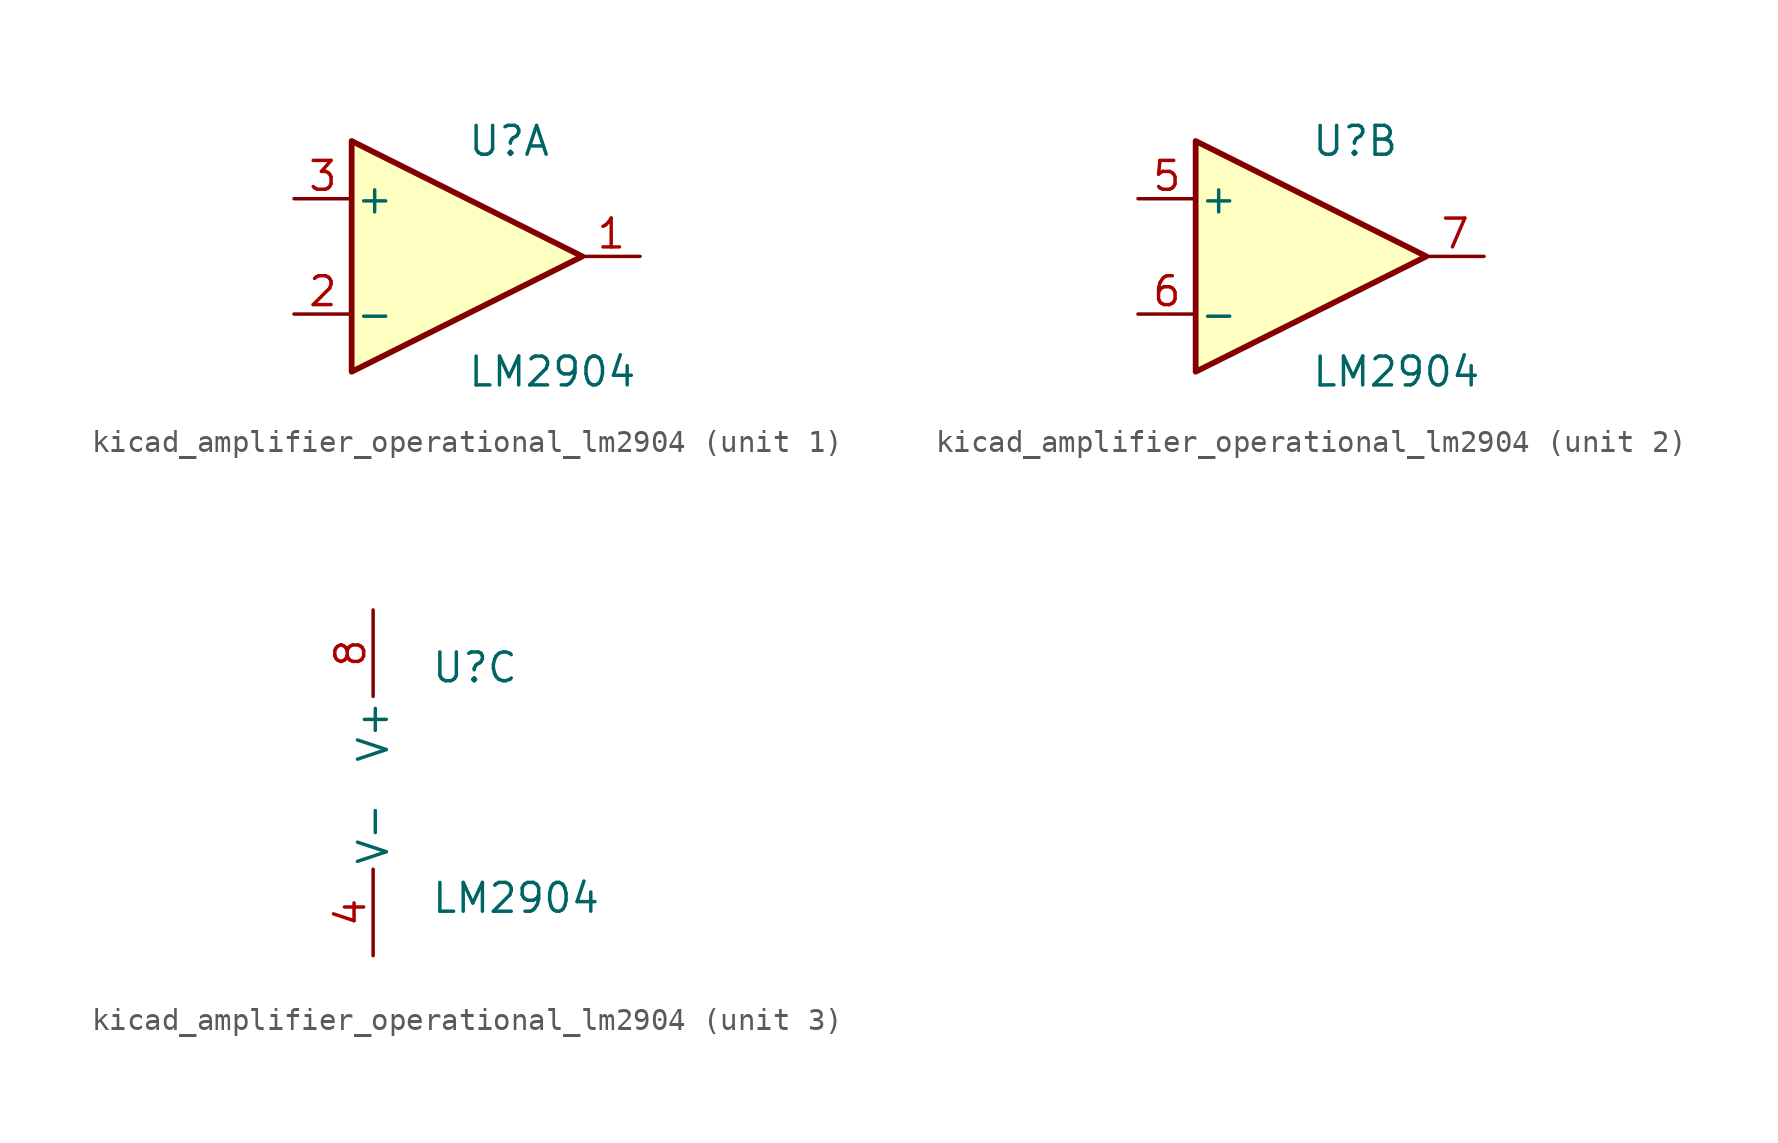
<source format=kicad_sym>
(kicad_symbol_lib
  (version 20220914)
  (generator kicad_symbol_editor)
  (symbol "kicad_amplifier_operational_lm2904"
    (pin_names
      (offset 0.127))
    (property "Reference" "U"
      (at 0 5.08 0)
      (effects (font (size 1.27 1.27)) (justify left)))
    (property "Value" "LM2904"
      (at 0 -5.08 0)
      (effects (font (size 1.27 1.27)) (justify left)))
    (property "ki_locked" ""
      (at 0 0 0)
      (effects (font (size 1.27 1.27))))
    (symbol "kicad_amplifier_operational_lm2904_1_1"
      (polyline (pts (xy -5.08 5.08) (xy 5.08 0) (xy -5.08 -5.08) (xy -5.08 5.08)) (stroke (width 0.254) (type default)) (fill (type background)))
      (pin output line (at 7.62 0 180) (length 2.54) (name "~" (effects (font (size 1.27 1.27)))) (number "1" (effects (font (size 1.27 1.27)))))
      (pin input line (at -7.62 -2.54 0) (length 2.54) (name "-" (effects (font (size 1.27 1.27)))) (number "2" (effects (font (size 1.27 1.27)))))
      (pin input line (at -7.62 2.54 0) (length 2.54) (name "+" (effects (font (size 1.27 1.27)))) (number "3" (effects (font (size 1.27 1.27))))))
    (symbol "kicad_amplifier_operational_lm2904_2_1"
      (polyline (pts (xy -5.08 5.08) (xy 5.08 0) (xy -5.08 -5.08) (xy -5.08 5.08)) (stroke (width 0.254) (type default)) (fill (type background)))
      (pin input line (at -7.62 2.54 0) (length 2.54) (name "+" (effects (font (size 1.27 1.27)))) (number "5" (effects (font (size 1.27 1.27)))))
      (pin input line (at -7.62 -2.54 0) (length 2.54) (name "-" (effects (font (size 1.27 1.27)))) (number "6" (effects (font (size 1.27 1.27)))))
      (pin output line (at 7.62 0 180) (length 2.54) (name "~" (effects (font (size 1.27 1.27)))) (number "7" (effects (font (size 1.27 1.27))))))
    (symbol "kicad_amplifier_operational_lm2904_3_1"
      (pin power_in line (at -2.54 -7.62 90) (length 3.81) (name "V-" (effects (font (size 1.27 1.27)))) (number "4" (effects (font (size 1.27 1.27)))))
      (pin power_in line (at -2.54 7.62 270) (length 3.81) (name "V+" (effects (font (size 1.27 1.27)))) (number "8" (effects (font (size 1.27 1.27))))))))
</source>
